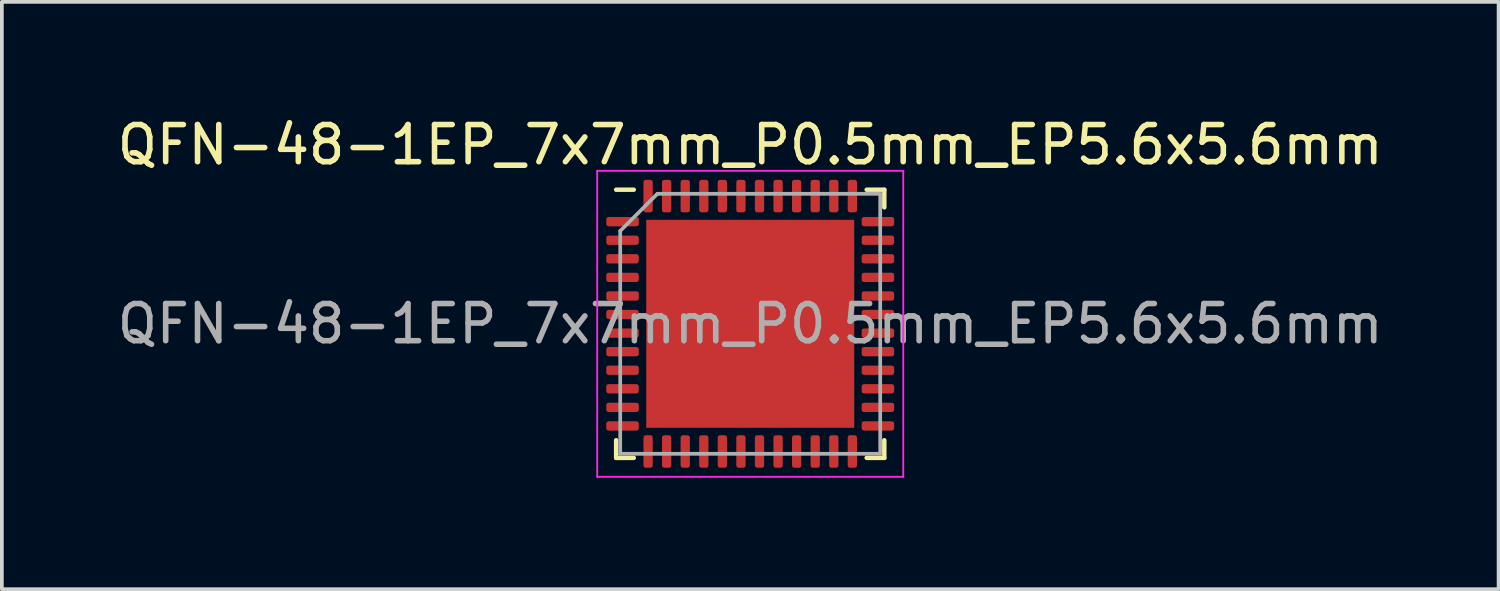
<source format=kicad_pcb>
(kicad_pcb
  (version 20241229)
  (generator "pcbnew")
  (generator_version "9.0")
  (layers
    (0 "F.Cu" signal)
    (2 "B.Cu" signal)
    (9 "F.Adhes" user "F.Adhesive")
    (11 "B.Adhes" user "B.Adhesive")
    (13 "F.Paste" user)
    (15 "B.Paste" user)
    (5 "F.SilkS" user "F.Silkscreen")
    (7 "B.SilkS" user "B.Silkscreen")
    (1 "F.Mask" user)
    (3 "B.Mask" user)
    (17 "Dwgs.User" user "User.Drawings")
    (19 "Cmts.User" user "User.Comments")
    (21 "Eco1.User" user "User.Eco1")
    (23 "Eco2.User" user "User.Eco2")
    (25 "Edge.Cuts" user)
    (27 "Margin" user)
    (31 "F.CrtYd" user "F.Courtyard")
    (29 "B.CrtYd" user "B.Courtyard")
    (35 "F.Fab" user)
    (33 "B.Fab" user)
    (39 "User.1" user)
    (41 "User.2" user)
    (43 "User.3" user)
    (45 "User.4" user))
  (footprint "QFN-48-1EP_7x7mm_P0.5mm_EP5.6x5.6mm"
    (layer "F.Cu")
    (at 17.149 5.668)
    (property "Reference" "QFN-48-1EP_7x7mm_P0.5mm_EP5.6x5.6mm" (at 0 -4.82 0) (layer "F.SilkS") (effects (font (size 1 1) (thickness 0.15))))
    (attr smd)
    (fp_line (start -3.61 3.61) (end -3.61 3.135) (stroke (width 0.12) (type solid)) (layer "F.SilkS"))
    (fp_line (start -3.135 -3.61) (end -3.61 -3.61) (stroke (width 0.12) (type solid)) (layer "F.SilkS"))
    (fp_line (start -3.135 3.61) (end -3.61 3.61) (stroke (width 0.12) (type solid)) (layer "F.SilkS"))
    (fp_line (start 3.135 -3.61) (end 3.61 -3.61) (stroke (width 0.12) (type solid)) (layer "F.SilkS"))
    (fp_line (start 3.135 3.61) (end 3.61 3.61) (stroke (width 0.12) (type solid)) (layer "F.SilkS"))
    (fp_line (start 3.61 -3.61) (end 3.61 -3.135) (stroke (width 0.12) (type solid)) (layer "F.SilkS"))
    (fp_line (start 3.61 3.61) (end 3.61 3.135) (stroke (width 0.12) (type solid)) (layer "F.SilkS"))
    (fp_line (start -4.12 -4.12) (end -4.12 4.12) (stroke (width 0.05) (type solid)) (layer "F.CrtYd"))
    (fp_line (start -4.12 4.12) (end 4.12 4.12) (stroke (width 0.05) (type solid)) (layer "F.CrtYd"))
    (fp_line (start 4.12 -4.12) (end -4.12 -4.12) (stroke (width 0.05) (type solid)) (layer "F.CrtYd"))
    (fp_line (start 4.12 4.12) (end 4.12 -4.12) (stroke (width 0.05) (type solid)) (layer "F.CrtYd"))
    (fp_line (start -3.5 -2.5) (end -2.5 -3.5) (stroke (width 0.1) (type solid)) (layer "F.Fab"))
    (fp_line (start -3.5 3.5) (end -3.5 -2.5) (stroke (width 0.1) (type solid)) (layer "F.Fab"))
    (fp_line (start -2.5 -3.5) (end 3.5 -3.5) (stroke (width 0.1) (type solid)) (layer "F.Fab"))
    (fp_line (start 3.5 -3.5) (end 3.5 3.5) (stroke (width 0.1) (type solid)) (layer "F.Fab"))
    (fp_line (start 3.5 3.5) (end -3.5 3.5) (stroke (width 0.1) (type solid)) (layer "F.Fab"))
    (fp_text user "${REFERENCE}" (at 0 0 0) (layer "F.Fab") (effects (font (size 1 1) (thickness 0.15))))
    (pad "" smd roundrect (at -2.1 -2.1) (size 1.13 1.13) (layers "F.Paste") (roundrect_rratio 0.221))
    (pad "" smd roundrect (at -2.1 -0.7) (size 1.13 1.13) (layers "F.Paste") (roundrect_rratio 0.221))
    (pad "" smd roundrect (at -2.1 0.7) (size 1.13 1.13) (layers "F.Paste") (roundrect_rratio 0.221))
    (pad "" smd roundrect (at -2.1 2.1) (size 1.13 1.13) (layers "F.Paste") (roundrect_rratio 0.221))
    (pad "" smd roundrect (at -0.7 -2.1) (size 1.13 1.13) (layers "F.Paste") (roundrect_rratio 0.221))
    (pad "" smd roundrect (at -0.7 -0.7) (size 1.13 1.13) (layers "F.Paste") (roundrect_rratio 0.221))
    (pad "" smd roundrect (at -0.7 0.7) (size 1.13 1.13) (layers "F.Paste") (roundrect_rratio 0.221))
    (pad "" smd roundrect (at -0.7 2.1) (size 1.13 1.13) (layers "F.Paste") (roundrect_rratio 0.221))
    (pad "" smd roundrect (at 0.7 -2.1) (size 1.13 1.13) (layers "F.Paste") (roundrect_rratio 0.221))
    (pad "" smd roundrect (at 0.7 -0.7) (size 1.13 1.13) (layers "F.Paste") (roundrect_rratio 0.221))
    (pad "" smd roundrect (at 0.7 0.7) (size 1.13 1.13) (layers "F.Paste") (roundrect_rratio 0.221))
    (pad "" smd roundrect (at 0.7 2.1) (size 1.13 1.13) (layers "F.Paste") (roundrect_rratio 0.221))
    (pad "" smd roundrect (at 2.1 -2.1) (size 1.13 1.13) (layers "F.Paste") (roundrect_rratio 0.221))
    (pad "" smd roundrect (at 2.1 -0.7) (size 1.13 1.13) (layers "F.Paste") (roundrect_rratio 0.221))
    (pad "" smd roundrect (at 2.1 0.7) (size 1.13 1.13) (layers "F.Paste") (roundrect_rratio 0.221))
    (pad "" smd roundrect (at 2.1 2.1) (size 1.13 1.13) (layers "F.Paste") (roundrect_rratio 0.221))
    (pad "1" smd roundrect (at -3.438 -2.75) (size 0.875 0.25) (layers "F.Cu" "F.Mask" "F.Paste") (roundrect_rratio 0.25))
    (pad "2" smd roundrect (at -3.438 -2.25) (size 0.875 0.25) (layers "F.Cu" "F.Mask" "F.Paste") (roundrect_rratio 0.25))
    (pad "3" smd roundrect (at -3.438 -1.75) (size 0.875 0.25) (layers "F.Cu" "F.Mask" "F.Paste") (roundrect_rratio 0.25))
    (pad "4" smd roundrect (at -3.438 -1.25) (size 0.875 0.25) (layers "F.Cu" "F.Mask" "F.Paste") (roundrect_rratio 0.25))
    (pad "5" smd roundrect (at -3.438 -0.75) (size 0.875 0.25) (layers "F.Cu" "F.Mask" "F.Paste") (roundrect_rratio 0.25))
    (pad "6" smd roundrect (at -3.438 -0.25) (size 0.875 0.25) (layers "F.Cu" "F.Mask" "F.Paste") (roundrect_rratio 0.25))
    (pad "7" smd roundrect (at -3.438 0.25) (size 0.875 0.25) (layers "F.Cu" "F.Mask" "F.Paste") (roundrect_rratio 0.25))
    (pad "8" smd roundrect (at -3.438 0.75) (size 0.875 0.25) (layers "F.Cu" "F.Mask" "F.Paste") (roundrect_rratio 0.25))
    (pad "9" smd roundrect (at -3.438 1.25) (size 0.875 0.25) (layers "F.Cu" "F.Mask" "F.Paste") (roundrect_rratio 0.25))
    (pad "10" smd roundrect (at -3.438 1.75) (size 0.875 0.25) (layers "F.Cu" "F.Mask" "F.Paste") (roundrect_rratio 0.25))
    (pad "11" smd roundrect (at -3.438 2.25) (size 0.875 0.25) (layers "F.Cu" "F.Mask" "F.Paste") (roundrect_rratio 0.25))
    (pad "12" smd roundrect (at -3.438 2.75) (size 0.875 0.25) (layers "F.Cu" "F.Mask" "F.Paste") (roundrect_rratio 0.25))
    (pad "13" smd roundrect (at -2.75 3.438) (size 0.25 0.875) (layers "F.Cu" "F.Mask" "F.Paste") (roundrect_rratio 0.25))
    (pad "14" smd roundrect (at -2.25 3.438) (size 0.25 0.875) (layers "F.Cu" "F.Mask" "F.Paste") (roundrect_rratio 0.25))
    (pad "15" smd roundrect (at -1.75 3.438) (size 0.25 0.875) (layers "F.Cu" "F.Mask" "F.Paste") (roundrect_rratio 0.25))
    (pad "16" smd roundrect (at -1.25 3.438) (size 0.25 0.875) (layers "F.Cu" "F.Mask" "F.Paste") (roundrect_rratio 0.25))
    (pad "17" smd roundrect (at -0.75 3.438) (size 0.25 0.875) (layers "F.Cu" "F.Mask" "F.Paste") (roundrect_rratio 0.25))
    (pad "18" smd roundrect (at -0.25 3.438) (size 0.25 0.875) (layers "F.Cu" "F.Mask" "F.Paste") (roundrect_rratio 0.25))
    (pad "19" smd roundrect (at 0.25 3.438) (size 0.25 0.875) (layers "F.Cu" "F.Mask" "F.Paste") (roundrect_rratio 0.25))
    (pad "20" smd roundrect (at 0.75 3.438) (size 0.25 0.875) (layers "F.Cu" "F.Mask" "F.Paste") (roundrect_rratio 0.25))
    (pad "21" smd roundrect (at 1.25 3.438) (size 0.25 0.875) (layers "F.Cu" "F.Mask" "F.Paste") (roundrect_rratio 0.25))
    (pad "22" smd roundrect (at 1.75 3.438) (size 0.25 0.875) (layers "F.Cu" "F.Mask" "F.Paste") (roundrect_rratio 0.25))
    (pad "23" smd roundrect (at 2.25 3.438) (size 0.25 0.875) (layers "F.Cu" "F.Mask" "F.Paste") (roundrect_rratio 0.25))
    (pad "24" smd roundrect (at 2.75 3.438) (size 0.25 0.875) (layers "F.Cu" "F.Mask" "F.Paste") (roundrect_rratio 0.25))
    (pad "25" smd roundrect (at 3.438 2.75) (size 0.875 0.25) (layers "F.Cu" "F.Mask" "F.Paste") (roundrect_rratio 0.25))
    (pad "26" smd roundrect (at 3.438 2.25) (size 0.875 0.25) (layers "F.Cu" "F.Mask" "F.Paste") (roundrect_rratio 0.25))
    (pad "27" smd roundrect (at 3.438 1.75) (size 0.875 0.25) (layers "F.Cu" "F.Mask" "F.Paste") (roundrect_rratio 0.25))
    (pad "28" smd roundrect (at 3.438 1.25) (size 0.875 0.25) (layers "F.Cu" "F.Mask" "F.Paste") (roundrect_rratio 0.25))
    (pad "29" smd roundrect (at 3.438 0.75) (size 0.875 0.25) (layers "F.Cu" "F.Mask" "F.Paste") (roundrect_rratio 0.25))
    (pad "30" smd roundrect (at 3.438 0.25) (size 0.875 0.25) (layers "F.Cu" "F.Mask" "F.Paste") (roundrect_rratio 0.25))
    (pad "31" smd roundrect (at 3.438 -0.25) (size 0.875 0.25) (layers "F.Cu" "F.Mask" "F.Paste") (roundrect_rratio 0.25))
    (pad "32" smd roundrect (at 3.438 -0.75) (size 0.875 0.25) (layers "F.Cu" "F.Mask" "F.Paste") (roundrect_rratio 0.25))
    (pad "33" smd roundrect (at 3.438 -1.25) (size 0.875 0.25) (layers "F.Cu" "F.Mask" "F.Paste") (roundrect_rratio 0.25))
    (pad "34" smd roundrect (at 3.438 -1.75) (size 0.875 0.25) (layers "F.Cu" "F.Mask" "F.Paste") (roundrect_rratio 0.25))
    (pad "35" smd roundrect (at 3.438 -2.25) (size 0.875 0.25) (layers "F.Cu" "F.Mask" "F.Paste") (roundrect_rratio 0.25))
    (pad "36" smd roundrect (at 3.438 -2.75) (size 0.875 0.25) (layers "F.Cu" "F.Mask" "F.Paste") (roundrect_rratio 0.25))
    (pad "37" smd roundrect (at 2.75 -3.438) (size 0.25 0.875) (layers "F.Cu" "F.Mask" "F.Paste") (roundrect_rratio 0.25))
    (pad "38" smd roundrect (at 2.25 -3.438) (size 0.25 0.875) (layers "F.Cu" "F.Mask" "F.Paste") (roundrect_rratio 0.25))
    (pad "39" smd roundrect (at 1.75 -3.438) (size 0.25 0.875) (layers "F.Cu" "F.Mask" "F.Paste") (roundrect_rratio 0.25))
    (pad "40" smd roundrect (at 1.25 -3.438) (size 0.25 0.875) (layers "F.Cu" "F.Mask" "F.Paste") (roundrect_rratio 0.25))
    (pad "41" smd roundrect (at 0.75 -3.438) (size 0.25 0.875) (layers "F.Cu" "F.Mask" "F.Paste") (roundrect_rratio 0.25))
    (pad "42" smd roundrect (at 0.25 -3.438) (size 0.25 0.875) (layers "F.Cu" "F.Mask" "F.Paste") (roundrect_rratio 0.25))
    (pad "43" smd roundrect (at -0.25 -3.438) (size 0.25 0.875) (layers "F.Cu" "F.Mask" "F.Paste") (roundrect_rratio 0.25))
    (pad "44" smd roundrect (at -0.75 -3.438) (size 0.25 0.875) (layers "F.Cu" "F.Mask" "F.Paste") (roundrect_rratio 0.25))
    (pad "45" smd roundrect (at -1.25 -3.438) (size 0.25 0.875) (layers "F.Cu" "F.Mask" "F.Paste") (roundrect_rratio 0.25))
    (pad "46" smd roundrect (at -1.75 -3.438) (size 0.25 0.875) (layers "F.Cu" "F.Mask" "F.Paste") (roundrect_rratio 0.25))
    (pad "47" smd roundrect (at -2.25 -3.438) (size 0.25 0.875) (layers "F.Cu" "F.Mask" "F.Paste") (roundrect_rratio 0.25))
    (pad "48" smd roundrect (at -2.75 -3.438) (size 0.25 0.875) (layers "F.Cu" "F.Mask" "F.Paste") (roundrect_rratio 0.25))
    (pad "49" smd rect (at 0 0) (size 5.6 5.6) (layers "F.Cu" "F.Mask")))
  (gr_rect
    (start -3 -3)
    (end 37.298 12.813)
    (stroke (width 0.1) (type default))
    (fill no)
    (layer "Edge.Cuts")))
</source>
